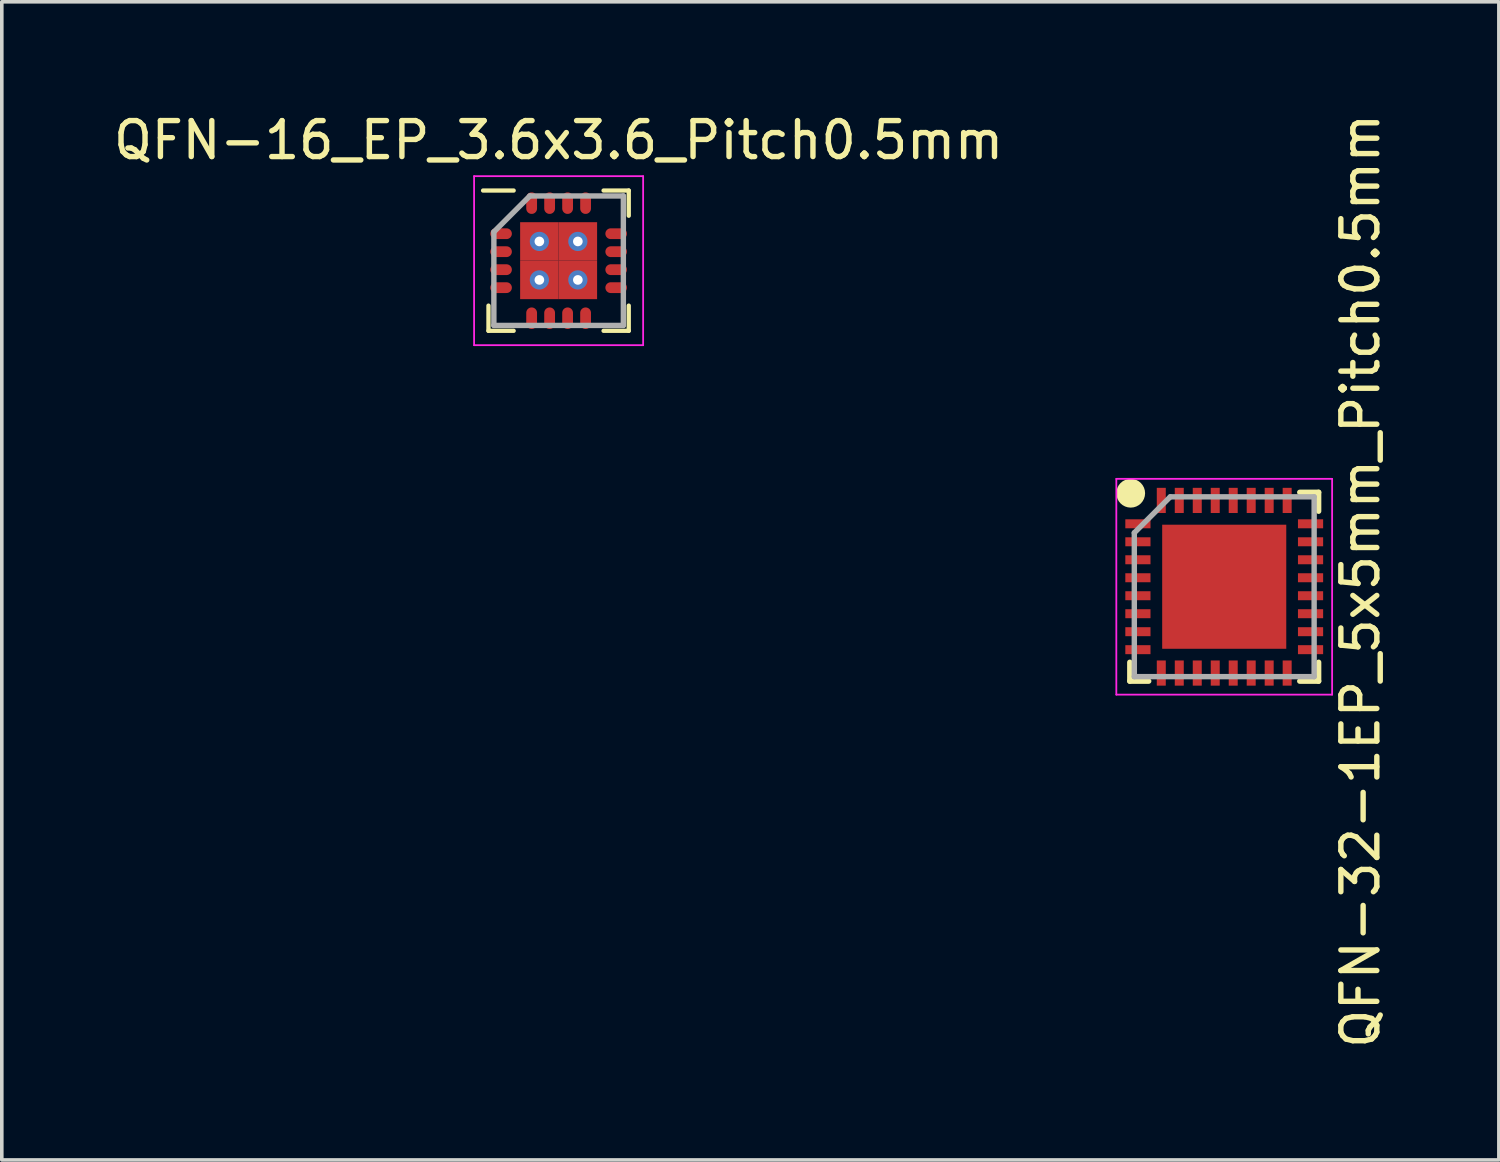
<source format=kicad_pcb>
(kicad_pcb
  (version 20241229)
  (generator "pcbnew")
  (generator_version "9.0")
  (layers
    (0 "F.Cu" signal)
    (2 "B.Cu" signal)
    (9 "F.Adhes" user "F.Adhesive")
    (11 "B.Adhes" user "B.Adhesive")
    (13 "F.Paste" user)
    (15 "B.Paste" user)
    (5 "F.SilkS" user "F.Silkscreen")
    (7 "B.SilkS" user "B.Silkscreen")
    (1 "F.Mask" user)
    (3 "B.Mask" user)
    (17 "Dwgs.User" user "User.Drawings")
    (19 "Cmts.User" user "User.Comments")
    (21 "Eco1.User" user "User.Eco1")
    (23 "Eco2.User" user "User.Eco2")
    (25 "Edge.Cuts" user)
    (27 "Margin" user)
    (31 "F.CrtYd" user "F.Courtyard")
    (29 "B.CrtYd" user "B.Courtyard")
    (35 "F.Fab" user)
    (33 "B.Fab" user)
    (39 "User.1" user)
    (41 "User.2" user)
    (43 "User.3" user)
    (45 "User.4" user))
  (footprint "QFN-32-1EP_5x5mm_Pitch0.5mm"
    (layer "F.Cu")
    (at 30.989 13.264)
    (property "Reference" "QFN-32-1EP_5x5mm_Pitch0.5mm" (at 3.788 -0.163 90) (layer "F.SilkS") (effects (font (size 1 1) (thickness 0.15))))
    (attr smd)
    (fp_line (start -2.625 2.625) (end -2.625 2.1) (stroke (width 0.15) (type solid)) (layer "F.SilkS"))
    (fp_line (start -2.625 2.625) (end -2.1 2.625) (stroke (width 0.15) (type solid)) (layer "F.SilkS"))
    (fp_line (start 2.625 -2.625) (end 2.1 -2.625) (stroke (width 0.15) (type solid)) (layer "F.SilkS"))
    (fp_line (start 2.625 -2.625) (end 2.625 -2.1) (stroke (width 0.15) (type solid)) (layer "F.SilkS"))
    (fp_line (start 2.625 2.625) (end 2.1 2.625) (stroke (width 0.15) (type solid)) (layer "F.SilkS"))
    (fp_line (start 2.625 2.625) (end 2.625 2.1) (stroke (width 0.15) (type solid)) (layer "F.SilkS"))
    (fp_circle (center -2.6 -2.6) (end -2.6 -2.4) (stroke (width 0.4) (type solid)) (fill no) (layer "F.SilkS"))
    (fp_line (start -3 -3) (end -3 3) (stroke (width 0.05) (type solid)) (layer "F.CrtYd"))
    (fp_line (start -3 -3) (end 3 -3) (stroke (width 0.05) (type solid)) (layer "F.CrtYd"))
    (fp_line (start -3 3) (end 3 3) (stroke (width 0.05) (type solid)) (layer "F.CrtYd"))
    (fp_line (start 3 -3) (end 3 3) (stroke (width 0.05) (type solid)) (layer "F.CrtYd"))
    (fp_line (start -2.5 -1.5) (end -1.5 -2.5) (stroke (width 0.15) (type solid)) (layer "F.Fab"))
    (fp_line (start -2.5 2.5) (end -2.5 -1.5) (stroke (width 0.15) (type solid)) (layer "F.Fab"))
    (fp_line (start -1.5 -2.5) (end 2.5 -2.5) (stroke (width 0.15) (type solid)) (layer "F.Fab"))
    (fp_line (start 2.5 -2.5) (end 2.5 2.5) (stroke (width 0.15) (type solid)) (layer "F.Fab"))
    (fp_line (start 2.5 2.5) (end -2.5 2.5) (stroke (width 0.15) (type solid)) (layer "F.Fab"))
    (pad "1" smd rect (at -2.4 -1.75) (size 0.7 0.25) (layers "F.Cu" "F.Mask" "F.Paste"))
    (pad "2" smd rect (at -2.4 -1.25) (size 0.7 0.25) (layers "F.Cu" "F.Mask" "F.Paste"))
    (pad "3" smd rect (at -2.4 -0.75) (size 0.7 0.25) (layers "F.Cu" "F.Mask" "F.Paste"))
    (pad "4" smd rect (at -2.4 -0.25) (size 0.7 0.25) (layers "F.Cu" "F.Mask" "F.Paste"))
    (pad "5" smd rect (at -2.4 0.25) (size 0.7 0.25) (layers "F.Cu" "F.Mask" "F.Paste"))
    (pad "6" smd rect (at -2.4 0.75) (size 0.7 0.25) (layers "F.Cu" "F.Mask" "F.Paste"))
    (pad "7" smd rect (at -2.4 1.25) (size 0.7 0.25) (layers "F.Cu" "F.Mask" "F.Paste"))
    (pad "8" smd rect (at -2.4 1.75) (size 0.7 0.25) (layers "F.Cu" "F.Mask" "F.Paste"))
    (pad "9" smd rect (at -1.75 2.4 90) (size 0.7 0.25) (layers "F.Cu" "F.Mask" "F.Paste"))
    (pad "10" smd rect (at -1.25 2.4 90) (size 0.7 0.25) (layers "F.Cu" "F.Mask" "F.Paste"))
    (pad "11" smd rect (at -0.75 2.4 90) (size 0.7 0.25) (layers "F.Cu" "F.Mask" "F.Paste"))
    (pad "12" smd rect (at -0.25 2.4 90) (size 0.7 0.25) (layers "F.Cu" "F.Mask" "F.Paste"))
    (pad "13" smd rect (at 0.25 2.4 90) (size 0.7 0.25) (layers "F.Cu" "F.Mask" "F.Paste"))
    (pad "14" smd rect (at 0.75 2.4 90) (size 0.7 0.25) (layers "F.Cu" "F.Mask" "F.Paste"))
    (pad "15" smd rect (at 1.25 2.4 90) (size 0.7 0.25) (layers "F.Cu" "F.Mask" "F.Paste"))
    (pad "16" smd rect (at 1.75 2.4 90) (size 0.7 0.25) (layers "F.Cu" "F.Mask" "F.Paste"))
    (pad "17" smd rect (at 2.4 1.75) (size 0.7 0.25) (layers "F.Cu" "F.Mask" "F.Paste"))
    (pad "18" smd rect (at 2.4 1.25) (size 0.7 0.25) (layers "F.Cu" "F.Mask" "F.Paste"))
    (pad "19" smd rect (at 2.4 0.75) (size 0.7 0.25) (layers "F.Cu" "F.Mask" "F.Paste"))
    (pad "20" smd rect (at 2.4 0.25) (size 0.7 0.25) (layers "F.Cu" "F.Mask" "F.Paste"))
    (pad "21" smd rect (at 2.4 -0.25) (size 0.7 0.25) (layers "F.Cu" "F.Mask" "F.Paste"))
    (pad "22" smd rect (at 2.4 -0.75) (size 0.7 0.25) (layers "F.Cu" "F.Mask" "F.Paste"))
    (pad "23" smd rect (at 2.4 -1.25) (size 0.7 0.25) (layers "F.Cu" "F.Mask" "F.Paste"))
    (pad "24" smd rect (at 2.4 -1.75) (size 0.7 0.25) (layers "F.Cu" "F.Mask" "F.Paste"))
    (pad "25" smd rect (at 1.75 -2.4 90) (size 0.7 0.25) (layers "F.Cu" "F.Mask" "F.Paste"))
    (pad "26" smd rect (at 1.25 -2.4 90) (size 0.7 0.25) (layers "F.Cu" "F.Mask" "F.Paste"))
    (pad "27" smd rect (at 0.75 -2.4 90) (size 0.7 0.25) (layers "F.Cu" "F.Mask" "F.Paste"))
    (pad "28" smd rect (at 0.25 -2.4 90) (size 0.7 0.25) (layers "F.Cu" "F.Mask" "F.Paste"))
    (pad "29" smd rect (at -0.25 -2.4 90) (size 0.7 0.25) (layers "F.Cu" "F.Mask" "F.Paste"))
    (pad "30" smd rect (at -0.75 -2.4 90) (size 0.7 0.25) (layers "F.Cu" "F.Mask" "F.Paste"))
    (pad "31" smd rect (at -1.25 -2.4 90) (size 0.7 0.25) (layers "F.Cu" "F.Mask" "F.Paste"))
    (pad "32" smd rect (at -1.75 -2.4 90) (size 0.7 0.25) (layers "F.Cu" "F.Mask" "F.Paste"))
    (pad "33" smd rect (at 0 0) (size 3.45 3.45) (layers "F.Cu" "F.Mask" "F.Paste")))
  (footprint "QFN-16_EP_3.6x3.6_Pitch0.5mm"
    (layer "F.Cu")
    (at 12.482 4.198)
    (property "Reference" "QFN-16_EP_3.6x3.6_Pitch0.5mm" (at 0 -3.35 0) (layer "F.SilkS") (effects (font (size 1 1) (thickness 0.15))))
    (attr smd)
    (fp_line (start -1.95 1.95) (end -1.95 1.25) (stroke (width 0.12) (type solid)) (layer "F.SilkS"))
    (fp_line (start -1.25 -1.95) (end -2.1 -1.95) (stroke (width 0.12) (type solid)) (layer "F.SilkS"))
    (fp_line (start -1.25 1.95) (end -1.95 1.95) (stroke (width 0.12) (type solid)) (layer "F.SilkS"))
    (fp_line (start 1.25 -1.95) (end 1.95 -1.95) (stroke (width 0.12) (type solid)) (layer "F.SilkS"))
    (fp_line (start 1.25 1.95) (end 1.95 1.95) (stroke (width 0.12) (type solid)) (layer "F.SilkS"))
    (fp_line (start 1.95 -1.95) (end 1.95 -1.25) (stroke (width 0.12) (type solid)) (layer "F.SilkS"))
    (fp_line (start 1.95 1.95) (end 1.95 1.25) (stroke (width 0.12) (type solid)) (layer "F.SilkS"))
    (fp_line (start -2.35 -2.35) (end 2.35 -2.35) (stroke (width 0.05) (type solid)) (layer "F.CrtYd"))
    (fp_line (start -2.35 2.35) (end -2.35 -2.35) (stroke (width 0.05) (type solid)) (layer "F.CrtYd"))
    (fp_line (start 2.35 -2.35) (end 2.35 2.35) (stroke (width 0.05) (type solid)) (layer "F.CrtYd"))
    (fp_line (start 2.35 2.35) (end -2.35 2.35) (stroke (width 0.05) (type solid)) (layer "F.CrtYd"))
    (fp_line (start -1.8 -0.8) (end -1.8 1.8) (stroke (width 0.15) (type solid)) (layer "F.Fab"))
    (fp_line (start -1.8 1.8) (end 1.8 1.8) (stroke (width 0.15) (type solid)) (layer "F.Fab"))
    (fp_line (start -0.8 -1.8) (end -1.8 -0.8) (stroke (width 0.15) (type solid)) (layer "F.Fab"))
    (fp_line (start 1.8 -1.8) (end -0.8 -1.8) (stroke (width 0.15) (type solid)) (layer "F.Fab"))
    (fp_line (start 1.8 1.8) (end 1.8 -1.8) (stroke (width 0.15) (type solid)) (layer "F.Fab"))
    (pad "1" smd oval (at -1.6 -0.75 90) (size 0.3 0.6) (layers "F.Cu" "F.Mask" "F.Paste"))
    (pad "2" smd oval (at -1.6 -0.25 90) (size 0.3 0.6) (layers "F.Cu" "F.Mask" "F.Paste"))
    (pad "3" smd oval (at -1.6 0.25 90) (size 0.3 0.6) (layers "F.Cu" "F.Mask" "F.Paste"))
    (pad "4" smd oval (at -1.6 0.75 90) (size 0.3 0.6) (layers "F.Cu" "F.Mask" "F.Paste"))
    (pad "5" smd oval (at -0.75 1.6) (size 0.3 0.6) (layers "F.Cu" "F.Mask" "F.Paste"))
    (pad "6" smd oval (at -0.25 1.6) (size 0.3 0.6) (layers "F.Cu" "F.Mask" "F.Paste"))
    (pad "7" smd oval (at 0.25 1.6) (size 0.3 0.6) (layers "F.Cu" "F.Mask" "F.Paste"))
    (pad "8" smd oval (at 0.75 1.6) (size 0.3 0.6) (layers "F.Cu" "F.Mask" "F.Paste"))
    (pad "9" smd oval (at 1.6 0.75 90) (size 0.3 0.6) (layers "F.Cu" "F.Mask" "F.Paste"))
    (pad "10" smd oval (at 1.6 0.25 90) (size 0.3 0.6) (layers "F.Cu" "F.Mask" "F.Paste"))
    (pad "11" smd oval (at 1.6 -0.25 90) (size 0.3 0.6) (layers "F.Cu" "F.Mask" "F.Paste"))
    (pad "12" smd oval (at 1.6 -0.75 90) (size 0.3 0.6) (layers "F.Cu" "F.Mask" "F.Paste"))
    (pad "13" smd oval (at 0.75 -1.6) (size 0.3 0.6) (layers "F.Cu" "F.Mask" "F.Paste"))
    (pad "14" smd oval (at 0.25 -1.6) (size 0.3 0.6) (layers "F.Cu" "F.Mask" "F.Paste"))
    (pad "15" smd oval (at -0.25 -1.6) (size 0.3 0.6) (layers "F.Cu" "F.Mask" "F.Paste"))
    (pad "16" smd oval (at -0.75 -1.6) (size 0.3 0.6) (layers "F.Cu" "F.Mask" "F.Paste"))
    (pad "17" thru_hole circle (at -0.535 -0.535) (size 0.535 0.535) (drill 0.268) (layers "*.Cu" "*.Mask"))
    (pad "17" smd rect (at -0.535 -0.535) (size 1.07 1.07) (layers "F.Cu" "F.Mask" "F.Paste"))
    (pad "17" thru_hole circle (at -0.535 0.535) (size 0.535 0.535) (drill 0.268) (layers "*.Cu" "*.Mask"))
    (pad "17" smd rect (at -0.535 0.535) (size 1.07 1.07) (layers "F.Cu" "F.Mask" "F.Paste"))
    (pad "17" thru_hole circle (at 0.535 -0.535) (size 0.535 0.535) (drill 0.268) (layers "*.Cu" "*.Mask"))
    (pad "17" smd rect (at 0.535 -0.535) (size 1.07 1.07) (layers "F.Cu" "F.Mask" "F.Paste"))
    (pad "17" thru_hole circle (at 0.535 0.535) (size 0.535 0.535) (drill 0.268) (layers "*.Cu" "*.Mask"))
    (pad "17" smd rect (at 0.535 0.535) (size 1.07 1.07) (layers "F.Cu" "F.Mask" "F.Paste")))
  (gr_rect
    (start -3 -3)
    (end 38.625 29.202)
    (stroke (width 0.1) (type default))
    (fill no)
    (layer "Edge.Cuts")))
</source>
